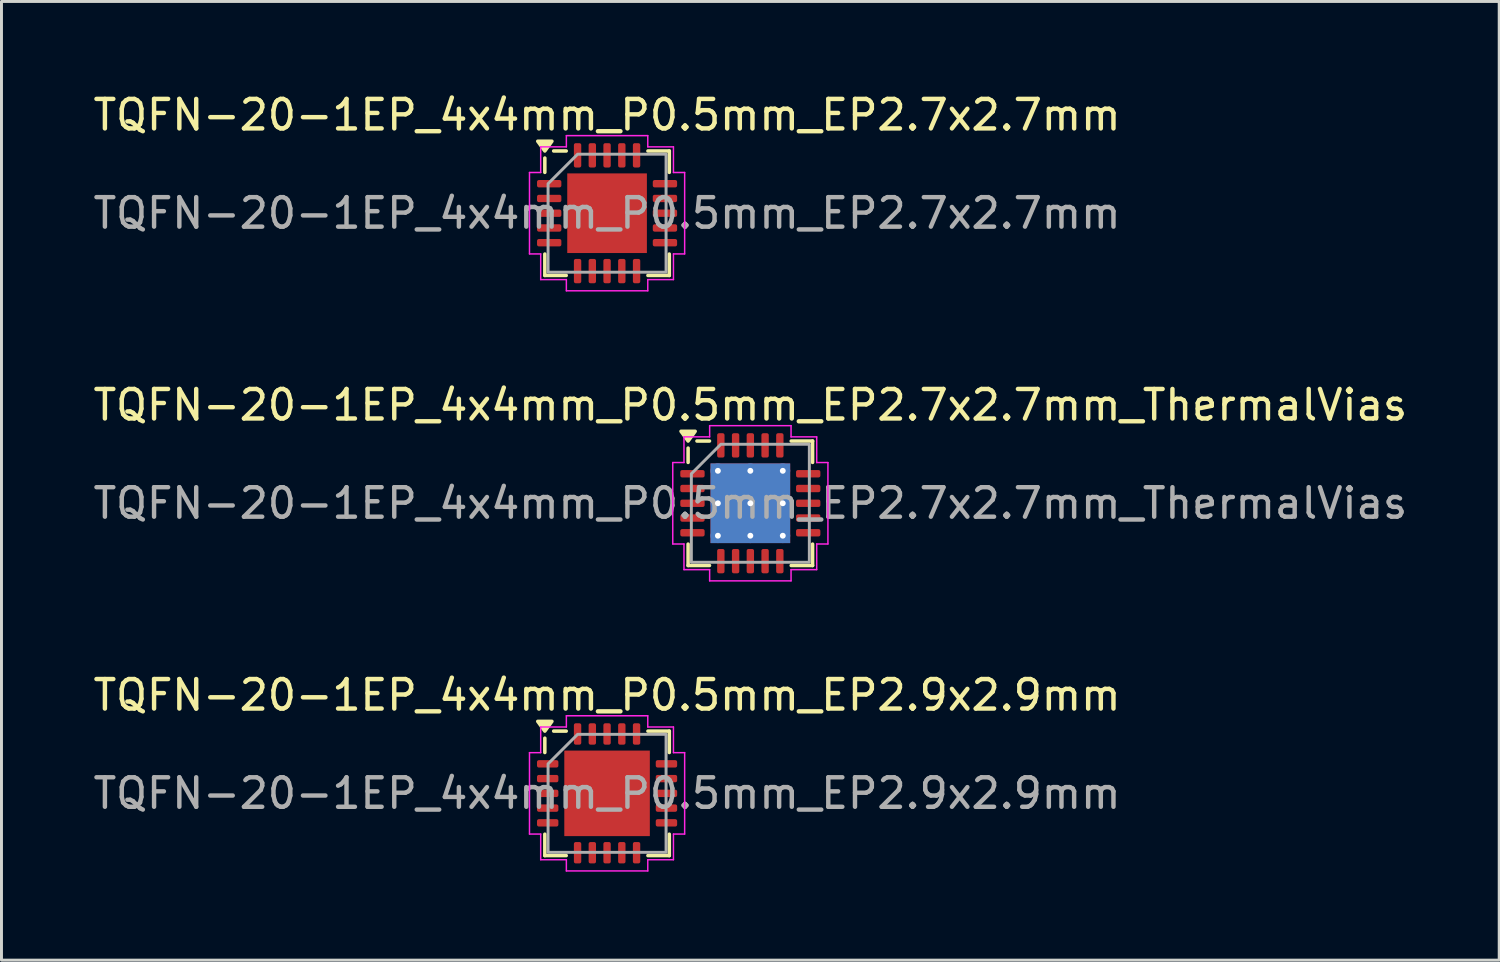
<source format=kicad_pcb>
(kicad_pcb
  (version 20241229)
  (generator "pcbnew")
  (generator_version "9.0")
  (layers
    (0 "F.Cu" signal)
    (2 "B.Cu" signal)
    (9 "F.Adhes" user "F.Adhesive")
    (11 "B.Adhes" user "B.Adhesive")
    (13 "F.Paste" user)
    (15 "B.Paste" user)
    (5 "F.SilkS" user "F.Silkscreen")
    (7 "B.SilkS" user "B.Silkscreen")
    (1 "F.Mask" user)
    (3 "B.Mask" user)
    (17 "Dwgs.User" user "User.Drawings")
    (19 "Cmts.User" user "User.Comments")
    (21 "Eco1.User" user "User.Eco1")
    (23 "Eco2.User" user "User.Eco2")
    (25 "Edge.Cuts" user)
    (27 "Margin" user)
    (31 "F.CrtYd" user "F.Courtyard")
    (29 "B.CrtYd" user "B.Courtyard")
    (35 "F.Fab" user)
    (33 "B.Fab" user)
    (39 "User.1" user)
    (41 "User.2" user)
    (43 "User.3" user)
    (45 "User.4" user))
  (footprint "TQFN-20-1EP_4x4mm_P0.5mm_EP2.7x2.7mm_ThermalVias"
    (layer "F.Cu")
    (at 22.387 14.011)
    (property "Reference" "TQFN-20-1EP_4x4mm_P0.5mm_EP2.7x2.7mm_ThermalVias" (at 0 -3.33 0) (layer "F.SilkS") (effects (font (size 1 1) (thickness 0.15))))
    (attr smd)
    (fp_line (start -2.11 -1.385) (end -2.11 -1.87) (stroke (width 0.12) (type solid)) (layer "F.SilkS"))
    (fp_line (start -2.11 2.11) (end -2.11 1.385) (stroke (width 0.12) (type solid)) (layer "F.SilkS"))
    (fp_line (start -1.385 -2.11) (end -1.81 -2.11) (stroke (width 0.12) (type solid)) (layer "F.SilkS"))
    (fp_line (start -1.385 2.11) (end -2.11 2.11) (stroke (width 0.12) (type solid)) (layer "F.SilkS"))
    (fp_line (start 1.385 -2.11) (end 2.11 -2.11) (stroke (width 0.12) (type solid)) (layer "F.SilkS"))
    (fp_line (start 1.385 2.11) (end 2.11 2.11) (stroke (width 0.12) (type solid)) (layer "F.SilkS"))
    (fp_line (start 2.11 -2.11) (end 2.11 -1.385) (stroke (width 0.12) (type solid)) (layer "F.SilkS"))
    (fp_line (start 2.11 2.11) (end 2.11 1.385) (stroke (width 0.12) (type solid)) (layer "F.SilkS"))
    (fp_poly (pts (xy -2.11 -2.11) (xy -2.35 -2.44) (xy -1.87 -2.44)) (stroke (width 0.12) (type solid)) (fill yes) (layer "F.SilkS"))
    (fp_line (start -2.63 -1.38) (end -2.25 -1.38) (stroke (width 0.05) (type solid)) (layer "F.CrtYd"))
    (fp_line (start -2.63 1.38) (end -2.63 -1.38) (stroke (width 0.05) (type solid)) (layer "F.CrtYd"))
    (fp_line (start -2.25 -2.25) (end -1.38 -2.25) (stroke (width 0.05) (type solid)) (layer "F.CrtYd"))
    (fp_line (start -2.25 -1.38) (end -2.25 -2.25) (stroke (width 0.05) (type solid)) (layer "F.CrtYd"))
    (fp_line (start -2.25 1.38) (end -2.63 1.38) (stroke (width 0.05) (type solid)) (layer "F.CrtYd"))
    (fp_line (start -2.25 2.25) (end -2.25 1.38) (stroke (width 0.05) (type solid)) (layer "F.CrtYd"))
    (fp_line (start -1.38 -2.63) (end 1.38 -2.63) (stroke (width 0.05) (type solid)) (layer "F.CrtYd"))
    (fp_line (start -1.38 -2.25) (end -1.38 -2.63) (stroke (width 0.05) (type solid)) (layer "F.CrtYd"))
    (fp_line (start -1.38 2.25) (end -2.25 2.25) (stroke (width 0.05) (type solid)) (layer "F.CrtYd"))
    (fp_line (start -1.38 2.63) (end -1.38 2.25) (stroke (width 0.05) (type solid)) (layer "F.CrtYd"))
    (fp_line (start 1.38 -2.63) (end 1.38 -2.25) (stroke (width 0.05) (type solid)) (layer "F.CrtYd"))
    (fp_line (start 1.38 -2.25) (end 2.25 -2.25) (stroke (width 0.05) (type solid)) (layer "F.CrtYd"))
    (fp_line (start 1.38 2.25) (end 1.38 2.63) (stroke (width 0.05) (type solid)) (layer "F.CrtYd"))
    (fp_line (start 1.38 2.63) (end -1.38 2.63) (stroke (width 0.05) (type solid)) (layer "F.CrtYd"))
    (fp_line (start 2.25 -2.25) (end 2.25 -1.38) (stroke (width 0.05) (type solid)) (layer "F.CrtYd"))
    (fp_line (start 2.25 -1.38) (end 2.63 -1.38) (stroke (width 0.05) (type solid)) (layer "F.CrtYd"))
    (fp_line (start 2.25 1.38) (end 2.25 2.25) (stroke (width 0.05) (type solid)) (layer "F.CrtYd"))
    (fp_line (start 2.25 2.25) (end 1.38 2.25) (stroke (width 0.05) (type solid)) (layer "F.CrtYd"))
    (fp_line (start 2.63 -1.38) (end 2.63 1.38) (stroke (width 0.05) (type solid)) (layer "F.CrtYd"))
    (fp_line (start 2.63 1.38) (end 2.25 1.38) (stroke (width 0.05) (type solid)) (layer "F.CrtYd"))
    (fp_poly (pts (xy -2 -1) (xy -2 2) (xy 2 2) (xy 2 -2) (xy -1 -2)) (stroke (width 0.1) (type solid)) (fill no) (layer "F.Fab"))
    (fp_text user "${REFERENCE}" (at 0 0 0) (layer "F.Fab") (effects (font (size 1 1) (thickness 0.15))))
    (pad "" smd roundrect (at -0.675 -0.675) (size 1.17 1.17) (layers "F.Paste") (roundrect_rratio 0.214))
    (pad "" smd roundrect (at -0.675 0.675) (size 1.17 1.17) (layers "F.Paste") (roundrect_rratio 0.214))
    (pad "" smd roundrect (at 0.675 -0.675) (size 1.17 1.17) (layers "F.Paste") (roundrect_rratio 0.214))
    (pad "" smd roundrect (at 0.675 0.675) (size 1.17 1.17) (layers "F.Paste") (roundrect_rratio 0.214))
    (pad "1" smd roundrect (at -1.962 -1) (size 0.825 0.25) (layers "F.Cu" "F.Mask" "F.Paste") (roundrect_rratio 0.25))
    (pad "2" smd roundrect (at -1.962 -0.5) (size 0.825 0.25) (layers "F.Cu" "F.Mask" "F.Paste") (roundrect_rratio 0.25))
    (pad "3" smd roundrect (at -1.962 0) (size 0.825 0.25) (layers "F.Cu" "F.Mask" "F.Paste") (roundrect_rratio 0.25))
    (pad "4" smd roundrect (at -1.962 0.5) (size 0.825 0.25) (layers "F.Cu" "F.Mask" "F.Paste") (roundrect_rratio 0.25))
    (pad "5" smd roundrect (at -1.962 1) (size 0.825 0.25) (layers "F.Cu" "F.Mask" "F.Paste") (roundrect_rratio 0.25))
    (pad "6" smd roundrect (at -1 1.962) (size 0.25 0.825) (layers "F.Cu" "F.Mask" "F.Paste") (roundrect_rratio 0.25))
    (pad "7" smd roundrect (at -0.5 1.962) (size 0.25 0.825) (layers "F.Cu" "F.Mask" "F.Paste") (roundrect_rratio 0.25))
    (pad "8" smd roundrect (at 0 1.962) (size 0.25 0.825) (layers "F.Cu" "F.Mask" "F.Paste") (roundrect_rratio 0.25))
    (pad "9" smd roundrect (at 0.5 1.962) (size 0.25 0.825) (layers "F.Cu" "F.Mask" "F.Paste") (roundrect_rratio 0.25))
    (pad "10" smd roundrect (at 1 1.962) (size 0.25 0.825) (layers "F.Cu" "F.Mask" "F.Paste") (roundrect_rratio 0.25))
    (pad "11" smd roundrect (at 1.962 1) (size 0.825 0.25) (layers "F.Cu" "F.Mask" "F.Paste") (roundrect_rratio 0.25))
    (pad "12" smd roundrect (at 1.962 0.5) (size 0.825 0.25) (layers "F.Cu" "F.Mask" "F.Paste") (roundrect_rratio 0.25))
    (pad "13" smd roundrect (at 1.962 0) (size 0.825 0.25) (layers "F.Cu" "F.Mask" "F.Paste") (roundrect_rratio 0.25))
    (pad "14" smd roundrect (at 1.962 -0.5) (size 0.825 0.25) (layers "F.Cu" "F.Mask" "F.Paste") (roundrect_rratio 0.25))
    (pad "15" smd roundrect (at 1.962 -1) (size 0.825 0.25) (layers "F.Cu" "F.Mask" "F.Paste") (roundrect_rratio 0.25))
    (pad "16" smd roundrect (at 1 -1.962) (size 0.25 0.825) (layers "F.Cu" "F.Mask" "F.Paste") (roundrect_rratio 0.25))
    (pad "17" smd roundrect (at 0.5 -1.962) (size 0.25 0.825) (layers "F.Cu" "F.Mask" "F.Paste") (roundrect_rratio 0.25))
    (pad "18" smd roundrect (at 0 -1.962) (size 0.25 0.825) (layers "F.Cu" "F.Mask" "F.Paste") (roundrect_rratio 0.25))
    (pad "19" smd roundrect (at -0.5 -1.962) (size 0.25 0.825) (layers "F.Cu" "F.Mask" "F.Paste") (roundrect_rratio 0.25))
    (pad "20" smd roundrect (at -1 -1.962) (size 0.25 0.825) (layers "F.Cu" "F.Mask" "F.Paste") (roundrect_rratio 0.25))
    (pad "21" thru_hole circle (at -1.1 -1.1) (size 0.5 0.5) (drill 0.2) (property pad_prop_heatsink) (layers "*.Cu"))
    (pad "21" thru_hole circle (at -1.1 0) (size 0.5 0.5) (drill 0.2) (property pad_prop_heatsink) (layers "*.Cu"))
    (pad "21" thru_hole circle (at -1.1 1.1) (size 0.5 0.5) (drill 0.2) (property pad_prop_heatsink) (layers "*.Cu"))
    (pad "21" thru_hole circle (at 0 -1.1) (size 0.5 0.5) (drill 0.2) (property pad_prop_heatsink) (layers "*.Cu"))
    (pad "21" thru_hole circle (at 0 0) (size 0.5 0.5) (drill 0.2) (property pad_prop_heatsink) (layers "*.Cu"))
    (pad "21" smd rect (at 0 0) (size 2.7 2.7) (property pad_prop_heatsink) (layers "F.Cu" "F.Mask"))
    (pad "21" smd rect (at 0 0) (size 2.7 2.7) (property pad_prop_heatsink) (layers "B.Cu"))
    (pad "21" thru_hole circle (at 0 1.1) (size 0.5 0.5) (drill 0.2) (property pad_prop_heatsink) (layers "*.Cu"))
    (pad "21" thru_hole circle (at 1.1 -1.1) (size 0.5 0.5) (drill 0.2) (property pad_prop_heatsink) (layers "*.Cu"))
    (pad "21" thru_hole circle (at 1.1 0) (size 0.5 0.5) (drill 0.2) (property pad_prop_heatsink) (layers "*.Cu"))
    (pad "21" thru_hole circle (at 1.1 1.1) (size 0.5 0.5) (drill 0.2) (property pad_prop_heatsink) (layers "*.Cu")))
  (footprint "TQFN-20-1EP_4x4mm_P0.5mm_EP2.7x2.7mm"
    (layer "F.Cu")
    (at 17.53 4.178)
    (property "Reference" "TQFN-20-1EP_4x4mm_P0.5mm_EP2.7x2.7mm" (at 0 -3.33 0) (layer "F.SilkS") (effects (font (size 1 1) (thickness 0.15))))
    (attr smd)
    (fp_line (start -2.11 -1.385) (end -2.11 -1.87) (stroke (width 0.12) (type solid)) (layer "F.SilkS"))
    (fp_line (start -2.11 2.11) (end -2.11 1.385) (stroke (width 0.12) (type solid)) (layer "F.SilkS"))
    (fp_line (start -1.385 -2.11) (end -1.81 -2.11) (stroke (width 0.12) (type solid)) (layer "F.SilkS"))
    (fp_line (start -1.385 2.11) (end -2.11 2.11) (stroke (width 0.12) (type solid)) (layer "F.SilkS"))
    (fp_line (start 1.385 -2.11) (end 2.11 -2.11) (stroke (width 0.12) (type solid)) (layer "F.SilkS"))
    (fp_line (start 1.385 2.11) (end 2.11 2.11) (stroke (width 0.12) (type solid)) (layer "F.SilkS"))
    (fp_line (start 2.11 -2.11) (end 2.11 -1.385) (stroke (width 0.12) (type solid)) (layer "F.SilkS"))
    (fp_line (start 2.11 2.11) (end 2.11 1.385) (stroke (width 0.12) (type solid)) (layer "F.SilkS"))
    (fp_poly (pts (xy -2.11 -2.11) (xy -2.35 -2.44) (xy -1.87 -2.44)) (stroke (width 0.12) (type solid)) (fill yes) (layer "F.SilkS"))
    (fp_line (start -2.63 -1.38) (end -2.25 -1.38) (stroke (width 0.05) (type solid)) (layer "F.CrtYd"))
    (fp_line (start -2.63 1.38) (end -2.63 -1.38) (stroke (width 0.05) (type solid)) (layer "F.CrtYd"))
    (fp_line (start -2.25 -2.25) (end -1.38 -2.25) (stroke (width 0.05) (type solid)) (layer "F.CrtYd"))
    (fp_line (start -2.25 -1.38) (end -2.25 -2.25) (stroke (width 0.05) (type solid)) (layer "F.CrtYd"))
    (fp_line (start -2.25 1.38) (end -2.63 1.38) (stroke (width 0.05) (type solid)) (layer "F.CrtYd"))
    (fp_line (start -2.25 2.25) (end -2.25 1.38) (stroke (width 0.05) (type solid)) (layer "F.CrtYd"))
    (fp_line (start -1.38 -2.63) (end 1.38 -2.63) (stroke (width 0.05) (type solid)) (layer "F.CrtYd"))
    (fp_line (start -1.38 -2.25) (end -1.38 -2.63) (stroke (width 0.05) (type solid)) (layer "F.CrtYd"))
    (fp_line (start -1.38 2.25) (end -2.25 2.25) (stroke (width 0.05) (type solid)) (layer "F.CrtYd"))
    (fp_line (start -1.38 2.63) (end -1.38 2.25) (stroke (width 0.05) (type solid)) (layer "F.CrtYd"))
    (fp_line (start 1.38 -2.63) (end 1.38 -2.25) (stroke (width 0.05) (type solid)) (layer "F.CrtYd"))
    (fp_line (start 1.38 -2.25) (end 2.25 -2.25) (stroke (width 0.05) (type solid)) (layer "F.CrtYd"))
    (fp_line (start 1.38 2.25) (end 1.38 2.63) (stroke (width 0.05) (type solid)) (layer "F.CrtYd"))
    (fp_line (start 1.38 2.63) (end -1.38 2.63) (stroke (width 0.05) (type solid)) (layer "F.CrtYd"))
    (fp_line (start 2.25 -2.25) (end 2.25 -1.38) (stroke (width 0.05) (type solid)) (layer "F.CrtYd"))
    (fp_line (start 2.25 -1.38) (end 2.63 -1.38) (stroke (width 0.05) (type solid)) (layer "F.CrtYd"))
    (fp_line (start 2.25 1.38) (end 2.25 2.25) (stroke (width 0.05) (type solid)) (layer "F.CrtYd"))
    (fp_line (start 2.25 2.25) (end 1.38 2.25) (stroke (width 0.05) (type solid)) (layer "F.CrtYd"))
    (fp_line (start 2.63 -1.38) (end 2.63 1.38) (stroke (width 0.05) (type solid)) (layer "F.CrtYd"))
    (fp_line (start 2.63 1.38) (end 2.25 1.38) (stroke (width 0.05) (type solid)) (layer "F.CrtYd"))
    (fp_poly (pts (xy -2 -1) (xy -2 2) (xy 2 2) (xy 2 -2) (xy -1 -2)) (stroke (width 0.1) (type solid)) (fill no) (layer "F.Fab"))
    (fp_text user "${REFERENCE}" (at 0 0 0) (layer "F.Fab") (effects (font (size 1 1) (thickness 0.15))))
    (pad "" smd roundrect (at -0.675 -0.675) (size 1.09 1.09) (layers "F.Paste") (roundrect_rratio 0.229))
    (pad "" smd roundrect (at -0.675 0.675) (size 1.09 1.09) (layers "F.Paste") (roundrect_rratio 0.229))
    (pad "" smd roundrect (at 0.675 -0.675) (size 1.09 1.09) (layers "F.Paste") (roundrect_rratio 0.229))
    (pad "" smd roundrect (at 0.675 0.675) (size 1.09 1.09) (layers "F.Paste") (roundrect_rratio 0.229))
    (pad "1" smd roundrect (at -1.962 -1) (size 0.825 0.25) (layers "F.Cu" "F.Mask" "F.Paste") (roundrect_rratio 0.25))
    (pad "2" smd roundrect (at -1.962 -0.5) (size 0.825 0.25) (layers "F.Cu" "F.Mask" "F.Paste") (roundrect_rratio 0.25))
    (pad "3" smd roundrect (at -1.962 0) (size 0.825 0.25) (layers "F.Cu" "F.Mask" "F.Paste") (roundrect_rratio 0.25))
    (pad "4" smd roundrect (at -1.962 0.5) (size 0.825 0.25) (layers "F.Cu" "F.Mask" "F.Paste") (roundrect_rratio 0.25))
    (pad "5" smd roundrect (at -1.962 1) (size 0.825 0.25) (layers "F.Cu" "F.Mask" "F.Paste") (roundrect_rratio 0.25))
    (pad "6" smd roundrect (at -1 1.962) (size 0.25 0.825) (layers "F.Cu" "F.Mask" "F.Paste") (roundrect_rratio 0.25))
    (pad "7" smd roundrect (at -0.5 1.962) (size 0.25 0.825) (layers "F.Cu" "F.Mask" "F.Paste") (roundrect_rratio 0.25))
    (pad "8" smd roundrect (at 0 1.962) (size 0.25 0.825) (layers "F.Cu" "F.Mask" "F.Paste") (roundrect_rratio 0.25))
    (pad "9" smd roundrect (at 0.5 1.962) (size 0.25 0.825) (layers "F.Cu" "F.Mask" "F.Paste") (roundrect_rratio 0.25))
    (pad "10" smd roundrect (at 1 1.962) (size 0.25 0.825) (layers "F.Cu" "F.Mask" "F.Paste") (roundrect_rratio 0.25))
    (pad "11" smd roundrect (at 1.962 1) (size 0.825 0.25) (layers "F.Cu" "F.Mask" "F.Paste") (roundrect_rratio 0.25))
    (pad "12" smd roundrect (at 1.962 0.5) (size 0.825 0.25) (layers "F.Cu" "F.Mask" "F.Paste") (roundrect_rratio 0.25))
    (pad "13" smd roundrect (at 1.962 0) (size 0.825 0.25) (layers "F.Cu" "F.Mask" "F.Paste") (roundrect_rratio 0.25))
    (pad "14" smd roundrect (at 1.962 -0.5) (size 0.825 0.25) (layers "F.Cu" "F.Mask" "F.Paste") (roundrect_rratio 0.25))
    (pad "15" smd roundrect (at 1.962 -1) (size 0.825 0.25) (layers "F.Cu" "F.Mask" "F.Paste") (roundrect_rratio 0.25))
    (pad "16" smd roundrect (at 1 -1.962) (size 0.25 0.825) (layers "F.Cu" "F.Mask" "F.Paste") (roundrect_rratio 0.25))
    (pad "17" smd roundrect (at 0.5 -1.962) (size 0.25 0.825) (layers "F.Cu" "F.Mask" "F.Paste") (roundrect_rratio 0.25))
    (pad "18" smd roundrect (at 0 -1.962) (size 0.25 0.825) (layers "F.Cu" "F.Mask" "F.Paste") (roundrect_rratio 0.25))
    (pad "19" smd roundrect (at -0.5 -1.962) (size 0.25 0.825) (layers "F.Cu" "F.Mask" "F.Paste") (roundrect_rratio 0.25))
    (pad "20" smd roundrect (at -1 -1.962) (size 0.25 0.825) (layers "F.Cu" "F.Mask" "F.Paste") (roundrect_rratio 0.25))
    (pad "21" smd rect (at 0 0) (size 2.7 2.7) (property pad_prop_heatsink) (layers "F.Cu" "F.Mask")))
  (footprint "TQFN-20-1EP_4x4mm_P0.5mm_EP2.9x2.9mm"
    (layer "F.Cu")
    (at 17.53 23.845)
    (property "Reference" "TQFN-20-1EP_4x4mm_P0.5mm_EP2.9x2.9mm" (at 0 -3.33 0) (layer "F.SilkS") (effects (font (size 1 1) (thickness 0.15))))
    (attr smd)
    (fp_line (start -2.11 -1.385) (end -2.11 -1.87) (stroke (width 0.12) (type solid)) (layer "F.SilkS"))
    (fp_line (start -2.11 2.11) (end -2.11 1.385) (stroke (width 0.12) (type solid)) (layer "F.SilkS"))
    (fp_line (start -1.385 -2.11) (end -1.81 -2.11) (stroke (width 0.12) (type solid)) (layer "F.SilkS"))
    (fp_line (start -1.385 2.11) (end -2.11 2.11) (stroke (width 0.12) (type solid)) (layer "F.SilkS"))
    (fp_line (start 1.385 -2.11) (end 2.11 -2.11) (stroke (width 0.12) (type solid)) (layer "F.SilkS"))
    (fp_line (start 1.385 2.11) (end 2.11 2.11) (stroke (width 0.12) (type solid)) (layer "F.SilkS"))
    (fp_line (start 2.11 -2.11) (end 2.11 -1.385) (stroke (width 0.12) (type solid)) (layer "F.SilkS"))
    (fp_line (start 2.11 2.11) (end 2.11 1.385) (stroke (width 0.12) (type solid)) (layer "F.SilkS"))
    (fp_poly (pts (xy -2.11 -2.11) (xy -2.35 -2.44) (xy -1.87 -2.44)) (stroke (width 0.12) (type solid)) (fill yes) (layer "F.SilkS"))
    (fp_line (start -2.63 -1.38) (end -2.25 -1.38) (stroke (width 0.05) (type solid)) (layer "F.CrtYd"))
    (fp_line (start -2.63 1.38) (end -2.63 -1.38) (stroke (width 0.05) (type solid)) (layer "F.CrtYd"))
    (fp_line (start -2.25 -2.25) (end -1.38 -2.25) (stroke (width 0.05) (type solid)) (layer "F.CrtYd"))
    (fp_line (start -2.25 -1.38) (end -2.25 -2.25) (stroke (width 0.05) (type solid)) (layer "F.CrtYd"))
    (fp_line (start -2.25 1.38) (end -2.63 1.38) (stroke (width 0.05) (type solid)) (layer "F.CrtYd"))
    (fp_line (start -2.25 2.25) (end -2.25 1.38) (stroke (width 0.05) (type solid)) (layer "F.CrtYd"))
    (fp_line (start -1.38 -2.63) (end 1.38 -2.63) (stroke (width 0.05) (type solid)) (layer "F.CrtYd"))
    (fp_line (start -1.38 -2.25) (end -1.38 -2.63) (stroke (width 0.05) (type solid)) (layer "F.CrtYd"))
    (fp_line (start -1.38 2.25) (end -2.25 2.25) (stroke (width 0.05) (type solid)) (layer "F.CrtYd"))
    (fp_line (start -1.38 2.63) (end -1.38 2.25) (stroke (width 0.05) (type solid)) (layer "F.CrtYd"))
    (fp_line (start 1.38 -2.63) (end 1.38 -2.25) (stroke (width 0.05) (type solid)) (layer "F.CrtYd"))
    (fp_line (start 1.38 -2.25) (end 2.25 -2.25) (stroke (width 0.05) (type solid)) (layer "F.CrtYd"))
    (fp_line (start 1.38 2.25) (end 1.38 2.63) (stroke (width 0.05) (type solid)) (layer "F.CrtYd"))
    (fp_line (start 1.38 2.63) (end -1.38 2.63) (stroke (width 0.05) (type solid)) (layer "F.CrtYd"))
    (fp_line (start 2.25 -2.25) (end 2.25 -1.38) (stroke (width 0.05) (type solid)) (layer "F.CrtYd"))
    (fp_line (start 2.25 -1.38) (end 2.63 -1.38) (stroke (width 0.05) (type solid)) (layer "F.CrtYd"))
    (fp_line (start 2.25 1.38) (end 2.25 2.25) (stroke (width 0.05) (type solid)) (layer "F.CrtYd"))
    (fp_line (start 2.25 2.25) (end 1.38 2.25) (stroke (width 0.05) (type solid)) (layer "F.CrtYd"))
    (fp_line (start 2.63 -1.38) (end 2.63 1.38) (stroke (width 0.05) (type solid)) (layer "F.CrtYd"))
    (fp_line (start 2.63 1.38) (end 2.25 1.38) (stroke (width 0.05) (type solid)) (layer "F.CrtYd"))
    (fp_poly (pts (xy -2 -1) (xy -2 2) (xy 2 2) (xy 2 -2) (xy -1 -2)) (stroke (width 0.1) (type solid)) (fill no) (layer "F.Fab"))
    (fp_text user "${REFERENCE}" (at 0 0 0) (layer "F.Fab") (effects (font (size 1 1) (thickness 0.15))))
    (pad "" smd roundrect (at -0.725 -0.725) (size 1.17 1.17) (layers "F.Paste") (roundrect_rratio 0.214))
    (pad "" smd roundrect (at -0.725 0.725) (size 1.17 1.17) (layers "F.Paste") (roundrect_rratio 0.214))
    (pad "" smd roundrect (at 0.725 -0.725) (size 1.17 1.17) (layers "F.Paste") (roundrect_rratio 0.214))
    (pad "" smd roundrect (at 0.725 0.725) (size 1.17 1.17) (layers "F.Paste") (roundrect_rratio 0.214))
    (pad "1" smd roundrect (at -2.013 -1) (size 0.725 0.25) (layers "F.Cu" "F.Mask" "F.Paste") (roundrect_rratio 0.25))
    (pad "2" smd roundrect (at -2.013 -0.5) (size 0.725 0.25) (layers "F.Cu" "F.Mask" "F.Paste") (roundrect_rratio 0.25))
    (pad "3" smd roundrect (at -2.013 0) (size 0.725 0.25) (layers "F.Cu" "F.Mask" "F.Paste") (roundrect_rratio 0.25))
    (pad "4" smd roundrect (at -2.013 0.5) (size 0.725 0.25) (layers "F.Cu" "F.Mask" "F.Paste") (roundrect_rratio 0.25))
    (pad "5" smd roundrect (at -2.013 1) (size 0.725 0.25) (layers "F.Cu" "F.Mask" "F.Paste") (roundrect_rratio 0.25))
    (pad "6" smd roundrect (at -1 2.013) (size 0.25 0.725) (layers "F.Cu" "F.Mask" "F.Paste") (roundrect_rratio 0.25))
    (pad "7" smd roundrect (at -0.5 2.013) (size 0.25 0.725) (layers "F.Cu" "F.Mask" "F.Paste") (roundrect_rratio 0.25))
    (pad "8" smd roundrect (at 0 2.013) (size 0.25 0.725) (layers "F.Cu" "F.Mask" "F.Paste") (roundrect_rratio 0.25))
    (pad "9" smd roundrect (at 0.5 2.013) (size 0.25 0.725) (layers "F.Cu" "F.Mask" "F.Paste") (roundrect_rratio 0.25))
    (pad "10" smd roundrect (at 1 2.013) (size 0.25 0.725) (layers "F.Cu" "F.Mask" "F.Paste") (roundrect_rratio 0.25))
    (pad "11" smd roundrect (at 2.013 1) (size 0.725 0.25) (layers "F.Cu" "F.Mask" "F.Paste") (roundrect_rratio 0.25))
    (pad "12" smd roundrect (at 2.013 0.5) (size 0.725 0.25) (layers "F.Cu" "F.Mask" "F.Paste") (roundrect_rratio 0.25))
    (pad "13" smd roundrect (at 2.013 0) (size 0.725 0.25) (layers "F.Cu" "F.Mask" "F.Paste") (roundrect_rratio 0.25))
    (pad "14" smd roundrect (at 2.013 -0.5) (size 0.725 0.25) (layers "F.Cu" "F.Mask" "F.Paste") (roundrect_rratio 0.25))
    (pad "15" smd roundrect (at 2.013 -1) (size 0.725 0.25) (layers "F.Cu" "F.Mask" "F.Paste") (roundrect_rratio 0.25))
    (pad "16" smd roundrect (at 1 -2.013) (size 0.25 0.725) (layers "F.Cu" "F.Mask" "F.Paste") (roundrect_rratio 0.25))
    (pad "17" smd roundrect (at 0.5 -2.013) (size 0.25 0.725) (layers "F.Cu" "F.Mask" "F.Paste") (roundrect_rratio 0.25))
    (pad "18" smd roundrect (at 0 -2.013) (size 0.25 0.725) (layers "F.Cu" "F.Mask" "F.Paste") (roundrect_rratio 0.25))
    (pad "19" smd roundrect (at -0.5 -2.013) (size 0.25 0.725) (layers "F.Cu" "F.Mask" "F.Paste") (roundrect_rratio 0.25))
    (pad "20" smd roundrect (at -1 -2.013) (size 0.25 0.725) (layers "F.Cu" "F.Mask" "F.Paste") (roundrect_rratio 0.25))
    (pad "21" smd rect (at 0 0) (size 2.9 2.9) (property pad_prop_heatsink) (layers "F.Cu" "F.Mask")))
  (gr_rect
    (start -3 -3)
    (end 47.774 29.5)
    (stroke (width 0.1) (type default))
    (fill no)
    (layer "Edge.Cuts")))
</source>
